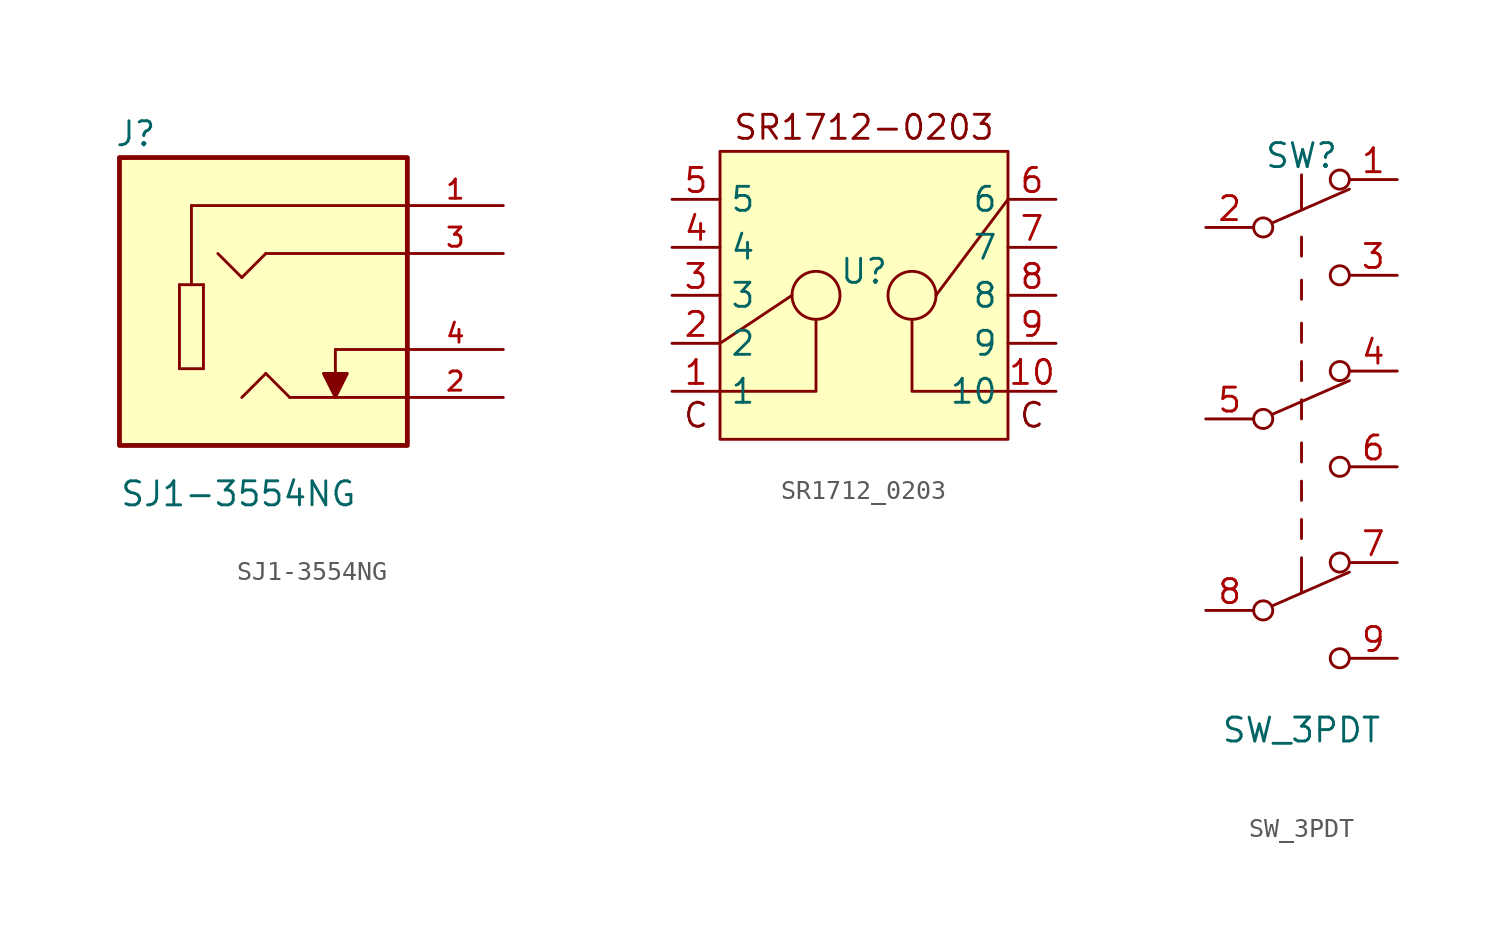
<source format=kicad_sym>
(kicad_symbol_lib
  (version 20241209)
  (generator "kicad_symbol_editor")
  (generator_version "9.0")
  (symbol "SJ1-3554NG"
    (pin_names
      (offset 1.016))
    (property "Reference" "J"
      (at -7.883 8.135 0)
      (effects (font (size 1.27 1.27)) (justify left bottom)))
    (property "Value" "SJ1-3554NG"
      (at -7.625 -10.927 0)
      (effects (font (size 1.27 1.27)) (justify left bottom)))
    (symbol "SJ1-3554NG_0_0"
      (rectangle (start -7.62 -7.62) (end 7.62 7.62) (stroke (width 0.254) (type default)) (fill (type background)))
      (polyline (pts (xy -4.445 0.889) (xy -3.81 0.889)) (stroke (width 0.152) (type default)) (fill (type none)))
      (polyline (pts (xy -4.445 -3.556) (xy -4.445 0.889)) (stroke (width 0.152) (type default)) (fill (type none)))
      (polyline (pts (xy -3.81 5.08) (xy -3.81 0.889)) (stroke (width 0.152) (type default)) (fill (type none)))
      (polyline (pts (xy -3.81 0.889) (xy -3.175 0.889)) (stroke (width 0.152) (type default)) (fill (type none)))
      (polyline (pts (xy -3.175 0.889) (xy -3.175 -3.556)) (stroke (width 0.152) (type default)) (fill (type none)))
      (polyline (pts (xy -3.175 -3.556) (xy -4.445 -3.556)) (stroke (width 0.152) (type default)) (fill (type none)))
      (polyline (pts (xy -1.143 1.27) (xy -2.413 2.54)) (stroke (width 0.152) (type default)) (fill (type none)))
      (polyline (pts (xy 0.127 2.54) (xy -1.143 1.27)) (stroke (width 0.152) (type default)) (fill (type none)))
      (polyline (pts (xy 0.127 -3.81) (xy -1.143 -5.08)) (stroke (width 0.152) (type default)) (fill (type none)))
      (polyline (pts (xy 1.397 -5.08) (xy 0.127 -3.81)) (stroke (width 0.152) (type default)) (fill (type none)))
      (polyline (pts (xy 3.81 -2.54) (xy 3.81 -5.08)) (stroke (width 0.152) (type default)) (fill (type none)))
      (polyline (pts (xy 3.81 -5.08) (xy 3.175 -3.81) (xy 4.445 -3.81) (xy 3.81 -5.08)) (stroke (width 0.152) (type default)) (fill (type outline)))
      (polyline (pts (xy 7.62 5.08) (xy -3.81 5.08)) (stroke (width 0.152) (type default)) (fill (type none)))
      (polyline (pts (xy 7.62 2.54) (xy 0.127 2.54)) (stroke (width 0.152) (type default)) (fill (type none)))
      (polyline (pts (xy 7.62 -2.54) (xy 3.81 -2.54)) (stroke (width 0.152) (type default)) (fill (type none)))
      (polyline (pts (xy 7.62 -5.08) (xy 1.397 -5.08)) (stroke (width 0.152) (type default)) (fill (type none)))
      (pin passive line (at 12.7 5.08 180) (length 5.08) (name "~" (effects (font (size 1.016 1.016)))) (number "1" (effects (font (size 1.016 1.016)))))
      (pin passive line (at 12.7 2.54 180) (length 5.08) (name "~" (effects (font (size 1.016 1.016)))) (number "3" (effects (font (size 1.016 1.016)))))
      (pin passive line (at 12.7 -2.54 180) (length 5.08) (name "~" (effects (font (size 1.016 1.016)))) (number "4" (effects (font (size 1.016 1.016)))))
      (pin passive line (at 12.7 -5.08 180) (length 5.08) (name "~" (effects (font (size 1.016 1.016)))) (number "2" (effects (font (size 1.016 1.016)))))))
  (symbol "SR1712_0203"
    (property "Reference" "U"
      (at 0 1.27 0)
      (effects (font (size 1.27 1.27))))
    (property "Value" ""
      (at 0 0 0)
      (effects (font (size 1.27 1.27))))
    (symbol "SR1712_0203_0_1"
      (polyline (pts (xy -7.62 -2.54) (xy -3.81 0)) (stroke (width 0) (type default)) (fill (type none)))
      (circle (center -2.54 0) (radius 1.27) (stroke (width 0) (type default)) (fill (type none)))
      (polyline (pts (xy -2.54 -1.27) (xy -2.54 -5.08) (xy -7.62 -5.08)) (stroke (width 0) (type default)) (fill (type none)))
      (circle (center 2.54 0) (radius 1.27) (stroke (width 0) (type default)) (fill (type none)))
      (polyline (pts (xy 7.62 5.08) (xy 3.81 0)) (stroke (width 0) (type default)) (fill (type none)))
      (polyline (pts (xy 7.62 -5.08) (xy 2.54 -5.08) (xy 2.54 -1.27)) (stroke (width 0) (type default)) (fill (type none))))
    (symbol "SR1712_0203_1_1"
      (rectangle (start -7.62 7.62) (end 7.62 -7.62) (stroke (width 0) (type solid)) (fill (type background)))
      (text "C" (at -8.89 -6.35 0) (effects (font (size 1.27 1.27))))
      (text "SR1712-0203" (at 0 8.89 0) (effects (font (size 1.27 1.27))))
      (text "C" (at 8.89 -6.35 0) (effects (font (size 1.27 1.27))))
      (pin input line (at -10.16 5.08 0) (length 2.54) (name "5" (effects (font (size 1.27 1.27)))) (number "5" (effects (font (size 1.27 1.27)))))
      (pin input line (at -10.16 2.54 0) (length 2.54) (name "4" (effects (font (size 1.27 1.27)))) (number "4" (effects (font (size 1.27 1.27)))))
      (pin input line (at -10.16 0 0) (length 2.54) (name "3" (effects (font (size 1.27 1.27)))) (number "3" (effects (font (size 1.27 1.27)))))
      (pin input line (at -10.16 -2.54 0) (length 2.54) (name "2" (effects (font (size 1.27 1.27)))) (number "2" (effects (font (size 1.27 1.27)))))
      (pin output line (at -10.16 -5.08 0) (length 2.54) (name "1" (effects (font (size 1.27 1.27)))) (number "1" (effects (font (size 1.27 1.27)))))
      (pin input line (at 10.16 5.08 180) (length 2.54) (name "6" (effects (font (size 1.27 1.27)))) (number "6" (effects (font (size 1.27 1.27)))))
      (pin input line (at 10.16 2.54 180) (length 2.54) (name "7" (effects (font (size 1.27 1.27)))) (number "7" (effects (font (size 1.27 1.27)))))
      (pin input line (at 10.16 0 180) (length 2.54) (name "8" (effects (font (size 1.27 1.27)))) (number "8" (effects (font (size 1.27 1.27)))))
      (pin input line (at 10.16 -2.54 180) (length 2.54) (name "9" (effects (font (size 1.27 1.27)))) (number "9" (effects (font (size 1.27 1.27)))))
      (pin output line (at 10.16 -5.08 180) (length 2.54) (name "10" (effects (font (size 1.27 1.27)))) (number "10" (effects (font (size 1.27 1.27)))))))
  (symbol "SW_3PDT"
    (pin_names
      (offset 0)
      (hide yes))
    (property "Reference" "SW"
      (at 0 13.97 0)
      (effects (font (size 1.27 1.27))))
    (property "Value" "SW_3PDT"
      (at 0 -16.51 0)
      (effects (font (size 1.27 1.27))))
    (symbol "SW_3PDT_0_0"
      (circle (center -2.032 10.16) (radius 0.508) (stroke (width 0) (type solid)) (fill (type none)))
      (circle (center -2.032 0) (radius 0.508) (stroke (width 0) (type solid)) (fill (type none)))
      (circle (center 2.032 7.62) (radius 0.508) (stroke (width 0) (type solid)) (fill (type none)))
      (circle (center 2.032 -2.54) (radius 0.508) (stroke (width 0) (type solid)) (fill (type none))))
    (symbol "SW_3PDT_0_1"
      (polyline (pts (xy -1.524 10.414) (xy 2.54 12.192)) (stroke (width 0) (type solid)) (fill (type none)))
      (polyline (pts (xy -1.524 0.254) (xy 2.54 2.032)) (stroke (width 0) (type solid)) (fill (type none)))
      (polyline (pts (xy 0 12.954) (xy 0 11.176)) (stroke (width 0) (type solid)) (fill (type none)))
      (polyline (pts (xy 0 8.636) (xy 0 9.652)) (stroke (width 0) (type solid)) (fill (type none)))
      (polyline (pts (xy 0 6.35) (xy 0 7.366)) (stroke (width 0) (type solid)) (fill (type none)))
      (polyline (pts (xy 0 4.064) (xy 0 5.08)) (stroke (width 0) (type solid)) (fill (type none)))
      (circle (center 2.032 12.7) (radius 0.508) (stroke (width 0) (type solid)) (fill (type none)))
      (circle (center 2.032 2.54) (radius 0.508) (stroke (width 0) (type solid)) (fill (type none))))
    (symbol "SW_3PDT_1_1"
      (circle (center -2.032 -10.16) (radius 0.508) (stroke (width 0) (type solid)) (fill (type none)))
      (polyline (pts (xy -1.524 -9.906) (xy 2.54 -8.128)) (stroke (width 0) (type solid)) (fill (type none)))
      (polyline (pts (xy 0 2.032) (xy 0 3.048)) (stroke (width 0) (type solid)) (fill (type none)))
      (polyline (pts (xy 0 0) (xy 0 1.016)) (stroke (width 0) (type solid)) (fill (type none)))
      (polyline (pts (xy 0 -2.286) (xy 0 -1.27)) (stroke (width 0) (type solid)) (fill (type none)))
      (polyline (pts (xy 0 -4.318) (xy 0 -3.302)) (stroke (width 0) (type solid)) (fill (type none)))
      (polyline (pts (xy 0 -6.35) (xy 0 -5.334)) (stroke (width 0) (type solid)) (fill (type none)))
      (polyline (pts (xy 0 -7.366) (xy 0 -9.144)) (stroke (width 0) (type solid)) (fill (type none)))
      (circle (center 2.032 -7.62) (radius 0.508) (stroke (width 0) (type solid)) (fill (type none)))
      (circle (center 2.032 -12.7) (radius 0.508) (stroke (width 0) (type solid)) (fill (type none)))
      (pin passive line (at -5.08 10.16 0) (length 2.54) (name "B" (effects (font (size 1.27 1.27)))) (number "2" (effects (font (size 1.27 1.27)))))
      (pin passive line (at -5.08 0 0) (length 2.54) (name "B" (effects (font (size 1.27 1.27)))) (number "5" (effects (font (size 1.27 1.27)))))
      (pin passive line (at -5.08 -10.16 0) (length 2.54) (name "B" (effects (font (size 1.27 1.27)))) (number "8" (effects (font (size 1.27 1.27)))))
      (pin passive line (at 5.08 12.7 180) (length 2.54) (name "A" (effects (font (size 1.27 1.27)))) (number "1" (effects (font (size 1.27 1.27)))))
      (pin passive line (at 5.08 7.62 180) (length 2.54) (name "C" (effects (font (size 1.27 1.27)))) (number "3" (effects (font (size 1.27 1.27)))))
      (pin passive line (at 5.08 2.54 180) (length 2.54) (name "A" (effects (font (size 1.27 1.27)))) (number "4" (effects (font (size 1.27 1.27)))))
      (pin passive line (at 5.08 -2.54 180) (length 2.54) (name "C" (effects (font (size 1.27 1.27)))) (number "6" (effects (font (size 1.27 1.27)))))
      (pin passive line (at 5.08 -7.62 180) (length 2.54) (name "A" (effects (font (size 1.27 1.27)))) (number "7" (effects (font (size 1.27 1.27)))))
      (pin passive line (at 5.08 -12.7 180) (length 2.54) (name "C" (effects (font (size 1.27 1.27)))) (number "9" (effects (font (size 1.27 1.27))))))))
</source>
